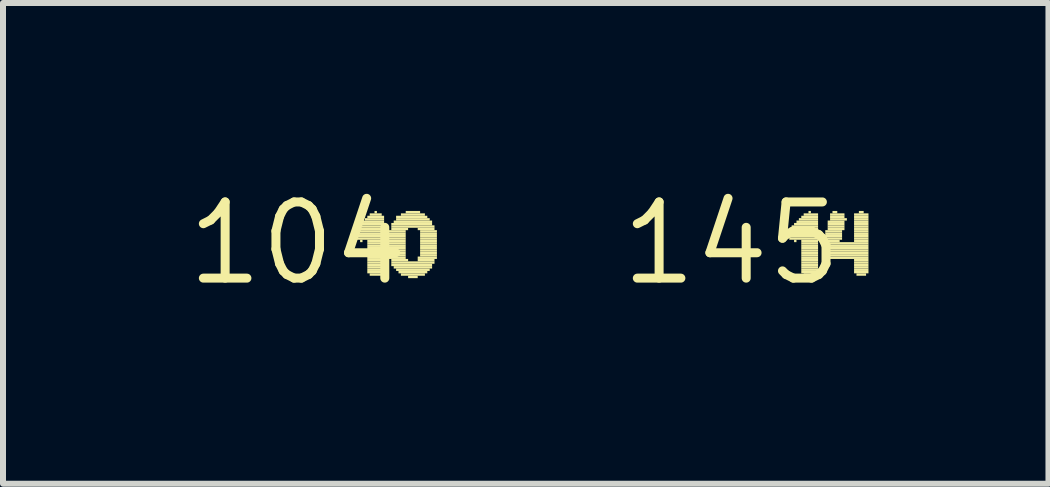
<source format=kicad_pcb>
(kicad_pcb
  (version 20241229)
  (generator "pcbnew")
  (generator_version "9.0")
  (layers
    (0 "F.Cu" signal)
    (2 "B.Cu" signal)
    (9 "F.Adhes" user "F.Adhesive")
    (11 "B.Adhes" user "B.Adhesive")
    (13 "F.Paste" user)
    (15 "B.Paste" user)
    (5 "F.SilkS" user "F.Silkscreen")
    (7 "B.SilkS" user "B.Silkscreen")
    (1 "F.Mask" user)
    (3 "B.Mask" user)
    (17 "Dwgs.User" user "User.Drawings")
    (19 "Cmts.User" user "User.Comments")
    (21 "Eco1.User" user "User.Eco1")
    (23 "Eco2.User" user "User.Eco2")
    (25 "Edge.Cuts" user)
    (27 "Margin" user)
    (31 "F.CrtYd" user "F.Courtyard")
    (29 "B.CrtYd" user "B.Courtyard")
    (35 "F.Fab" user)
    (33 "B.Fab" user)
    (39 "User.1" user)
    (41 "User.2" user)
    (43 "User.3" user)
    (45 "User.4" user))
  (footprint "104"
    (layer "F.Cu")
    (at 1.912 1.006)
    (property "Reference" "104" (at 0 0 0) (layer "F.SilkS") (effects (font (size 1.27 1.27) (thickness 0.15))))
    (attr through_hole)
    (fp_poly (pts (xy 0.92 -0.22) (xy 1.44 -0.22) (xy 1.44 -0.26) (xy 0.92 -0.26)) (stroke (width 0) (type solid)) (fill yes) (layer "F.SilkS"))
    (fp_poly (pts (xy 0.92 -0.18) (xy 1.44 -0.18) (xy 1.44 -0.22) (xy 0.92 -0.22)) (stroke (width 0) (type solid)) (fill yes) (layer "F.SilkS"))
    (fp_poly (pts (xy 0.92 -0.14) (xy 1.44 -0.14) (xy 1.44 -0.18) (xy 0.92 -0.18)) (stroke (width 0) (type solid)) (fill yes) (layer "F.SilkS"))
    (fp_poly (pts (xy 0.92 -0.1) (xy 1.44 -0.1) (xy 1.44 -0.14) (xy 0.92 -0.14)) (stroke (width 0) (type solid)) (fill yes) (layer "F.SilkS"))
    (fp_poly (pts (xy 0.96 -0.26) (xy 1.44 -0.26) (xy 1.44 -0.3) (xy 0.96 -0.3)) (stroke (width 0) (type solid)) (fill yes) (layer "F.SilkS"))
    (fp_poly (pts (xy 0.96 -0.06) (xy 1.44 -0.06) (xy 1.44 -0.1) (xy 0.96 -0.1)) (stroke (width 0) (type solid)) (fill yes) (layer "F.SilkS"))
    (fp_poly (pts (xy 1.04 -0.3) (xy 1.44 -0.3) (xy 1.44 -0.34) (xy 1.04 -0.34)) (stroke (width 0) (type solid)) (fill yes) (layer "F.SilkS"))
    (fp_poly (pts (xy 1.04 -0.02) (xy 1.08 -0.02) (xy 1.08 -0.06) (xy 1.04 -0.06)) (stroke (width 0) (type solid)) (fill yes) (layer "F.SilkS"))
    (fp_poly (pts (xy 1.08 -0.34) (xy 1.44 -0.34) (xy 1.44 -0.38) (xy 1.08 -0.38)) (stroke (width 0) (type solid)) (fill yes) (layer "F.SilkS"))
    (fp_poly (pts (xy 1.12 -0.38) (xy 1.44 -0.38) (xy 1.44 -0.42) (xy 1.12 -0.42)) (stroke (width 0) (type solid)) (fill yes) (layer "F.SilkS"))
    (fp_poly (pts (xy 1.16 -0.42) (xy 1.44 -0.42) (xy 1.44 -0.46) (xy 1.16 -0.46)) (stroke (width 0) (type solid)) (fill yes) (layer "F.SilkS"))
    (fp_poly (pts (xy 1.16 -0.02) (xy 1.44 -0.02) (xy 1.44 -0.06) (xy 1.16 -0.06)) (stroke (width 0) (type solid)) (fill yes) (layer "F.SilkS"))
    (fp_poly (pts (xy 1.16 0.02) (xy 1.44 0.02) (xy 1.44 -0.02) (xy 1.16 -0.02)) (stroke (width 0) (type solid)) (fill yes) (layer "F.SilkS"))
    (fp_poly (pts (xy 1.16 0.06) (xy 1.44 0.06) (xy 1.44 0.02) (xy 1.16 0.02)) (stroke (width 0) (type solid)) (fill yes) (layer "F.SilkS"))
    (fp_poly (pts (xy 1.16 0.1) (xy 1.44 0.1) (xy 1.44 0.06) (xy 1.16 0.06)) (stroke (width 0) (type solid)) (fill yes) (layer "F.SilkS"))
    (fp_poly (pts (xy 1.16 0.14) (xy 1.44 0.14) (xy 1.44 0.1) (xy 1.16 0.1)) (stroke (width 0) (type solid)) (fill yes) (layer "F.SilkS"))
    (fp_poly (pts (xy 1.16 0.18) (xy 1.44 0.18) (xy 1.44 0.14) (xy 1.16 0.14)) (stroke (width 0) (type solid)) (fill yes) (layer "F.SilkS"))
    (fp_poly (pts (xy 1.16 0.22) (xy 1.44 0.22) (xy 1.44 0.18) (xy 1.16 0.18)) (stroke (width 0) (type solid)) (fill yes) (layer "F.SilkS"))
    (fp_poly (pts (xy 1.16 0.26) (xy 1.44 0.26) (xy 1.44 0.22) (xy 1.16 0.22)) (stroke (width 0) (type solid)) (fill yes) (layer "F.SilkS"))
    (fp_poly (pts (xy 1.16 0.3) (xy 1.44 0.3) (xy 1.44 0.26) (xy 1.16 0.26)) (stroke (width 0) (type solid)) (fill yes) (layer "F.SilkS"))
    (fp_poly (pts (xy 1.16 0.34) (xy 1.44 0.34) (xy 1.44 0.3) (xy 1.16 0.3)) (stroke (width 0) (type solid)) (fill yes) (layer "F.SilkS"))
    (fp_poly (pts (xy 1.16 0.38) (xy 1.44 0.38) (xy 1.44 0.34) (xy 1.16 0.34)) (stroke (width 0) (type solid)) (fill yes) (layer "F.SilkS"))
    (fp_poly (pts (xy 1.16 0.42) (xy 1.44 0.42) (xy 1.44 0.38) (xy 1.16 0.38)) (stroke (width 0) (type solid)) (fill yes) (layer "F.SilkS"))
    (fp_poly (pts (xy 1.16 0.46) (xy 1.44 0.46) (xy 1.44 0.42) (xy 1.16 0.42)) (stroke (width 0) (type solid)) (fill yes) (layer "F.SilkS"))
    (fp_poly (pts (xy 1.16 0.5) (xy 1.44 0.5) (xy 1.44 0.46) (xy 1.16 0.46)) (stroke (width 0) (type solid)) (fill yes) (layer "F.SilkS"))
    (fp_poly (pts (xy 1.2 -0.46) (xy 1.4 -0.46) (xy 1.4 -0.5) (xy 1.2 -0.5)) (stroke (width 0) (type solid)) (fill yes) (layer "F.SilkS"))
    (fp_poly (pts (xy 1.2 0.54) (xy 1.4 0.54) (xy 1.4 0.5) (xy 1.2 0.5)) (stroke (width 0) (type solid)) (fill yes) (layer "F.SilkS"))
    (fp_poly (pts (xy 1.28 -0.5) (xy 1.32 -0.5) (xy 1.32 -0.54) (xy 1.28 -0.54)) (stroke (width 0) (type solid)) (fill yes) (layer "F.SilkS"))
    (fp_poly (pts (xy 1.52 -0.18) (xy 1.8 -0.18) (xy 1.8 -0.22) (xy 1.52 -0.22)) (stroke (width 0) (type solid)) (fill yes) (layer "F.SilkS"))
    (fp_poly (pts (xy 1.52 -0.14) (xy 1.8 -0.14) (xy 1.8 -0.18) (xy 1.52 -0.18)) (stroke (width 0) (type solid)) (fill yes) (layer "F.SilkS"))
    (fp_poly (pts (xy 1.52 -0.1) (xy 1.8 -0.1) (xy 1.8 -0.14) (xy 1.52 -0.14)) (stroke (width 0) (type solid)) (fill yes) (layer "F.SilkS"))
    (fp_poly (pts (xy 1.52 -0.06) (xy 1.8 -0.06) (xy 1.8 -0.1) (xy 1.52 -0.1)) (stroke (width 0) (type solid)) (fill yes) (layer "F.SilkS"))
    (fp_poly (pts (xy 1.52 -0.02) (xy 1.8 -0.02) (xy 1.8 -0.06) (xy 1.52 -0.06)) (stroke (width 0) (type solid)) (fill yes) (layer "F.SilkS"))
    (fp_poly (pts (xy 1.52 0.02) (xy 1.8 0.02) (xy 1.8 -0.02) (xy 1.52 -0.02)) (stroke (width 0) (type solid)) (fill yes) (layer "F.SilkS"))
    (fp_poly (pts (xy 1.52 0.06) (xy 1.8 0.06) (xy 1.8 0.02) (xy 1.52 0.02)) (stroke (width 0) (type solid)) (fill yes) (layer "F.SilkS"))
    (fp_poly (pts (xy 1.52 0.1) (xy 1.8 0.1) (xy 1.8 0.06) (xy 1.52 0.06)) (stroke (width 0) (type solid)) (fill yes) (layer "F.SilkS"))
    (fp_poly (pts (xy 1.52 0.14) (xy 1.8 0.14) (xy 1.8 0.1) (xy 1.52 0.1)) (stroke (width 0) (type solid)) (fill yes) (layer "F.SilkS"))
    (fp_poly (pts (xy 1.52 0.18) (xy 1.8 0.18) (xy 1.8 0.14) (xy 1.52 0.14)) (stroke (width 0) (type solid)) (fill yes) (layer "F.SilkS"))
    (fp_poly (pts (xy 1.52 0.22) (xy 1.8 0.22) (xy 1.8 0.18) (xy 1.52 0.18)) (stroke (width 0) (type solid)) (fill yes) (layer "F.SilkS"))
    (fp_poly (pts (xy 1.52 0.26) (xy 1.8 0.26) (xy 1.8 0.22) (xy 1.52 0.22)) (stroke (width 0) (type solid)) (fill yes) (layer "F.SilkS"))
    (fp_poly (pts (xy 1.56 -0.3) (xy 2.24 -0.3) (xy 2.24 -0.34) (xy 1.56 -0.34)) (stroke (width 0) (type solid)) (fill yes) (layer "F.SilkS"))
    (fp_poly (pts (xy 1.56 -0.26) (xy 2.28 -0.26) (xy 2.28 -0.3) (xy 1.56 -0.3)) (stroke (width 0) (type solid)) (fill yes) (layer "F.SilkS"))
    (fp_poly (pts (xy 1.56 -0.22) (xy 1.84 -0.22) (xy 1.84 -0.26) (xy 1.56 -0.26)) (stroke (width 0) (type solid)) (fill yes) (layer "F.SilkS"))
    (fp_poly (pts (xy 1.56 0.3) (xy 1.84 0.3) (xy 1.84 0.26) (xy 1.56 0.26)) (stroke (width 0) (type solid)) (fill yes) (layer "F.SilkS"))
    (fp_poly (pts (xy 1.56 0.34) (xy 2.28 0.34) (xy 2.28 0.3) (xy 1.56 0.3)) (stroke (width 0) (type solid)) (fill yes) (layer "F.SilkS"))
    (fp_poly (pts (xy 1.56 0.38) (xy 2.24 0.38) (xy 2.24 0.34) (xy 1.56 0.34)) (stroke (width 0) (type solid)) (fill yes) (layer "F.SilkS"))
    (fp_poly (pts (xy 1.6 -0.34) (xy 2.24 -0.34) (xy 2.24 -0.38) (xy 1.6 -0.38)) (stroke (width 0) (type solid)) (fill yes) (layer "F.SilkS"))
    (fp_poly (pts (xy 1.6 0.42) (xy 2.24 0.42) (xy 2.24 0.38) (xy 1.6 0.38)) (stroke (width 0) (type solid)) (fill yes) (layer "F.SilkS"))
    (fp_poly (pts (xy 1.64 -0.42) (xy 2.16 -0.42) (xy 2.16 -0.46) (xy 1.64 -0.46)) (stroke (width 0) (type solid)) (fill yes) (layer "F.SilkS"))
    (fp_poly (pts (xy 1.64 -0.38) (xy 2.2 -0.38) (xy 2.2 -0.42) (xy 1.64 -0.42)) (stroke (width 0) (type solid)) (fill yes) (layer "F.SilkS"))
    (fp_poly (pts (xy 1.64 0.46) (xy 2.2 0.46) (xy 2.2 0.42) (xy 1.64 0.42)) (stroke (width 0) (type solid)) (fill yes) (layer "F.SilkS"))
    (fp_poly (pts (xy 1.68 0.5) (xy 2.16 0.5) (xy 2.16 0.46) (xy 1.68 0.46)) (stroke (width 0) (type solid)) (fill yes) (layer "F.SilkS"))
    (fp_poly (pts (xy 1.72 -0.46) (xy 2.12 -0.46) (xy 2.12 -0.5) (xy 1.72 -0.5)) (stroke (width 0) (type solid)) (fill yes) (layer "F.SilkS"))
    (fp_poly (pts (xy 1.72 0.54) (xy 2.12 0.54) (xy 2.12 0.5) (xy 1.72 0.5)) (stroke (width 0) (type solid)) (fill yes) (layer "F.SilkS"))
    (fp_poly (pts (xy 1.8 -0.5) (xy 2.04 -0.5) (xy 2.04 -0.54) (xy 1.8 -0.54)) (stroke (width 0) (type solid)) (fill yes) (layer "F.SilkS"))
    (fp_poly (pts (xy 1.84 0.58) (xy 2 0.58) (xy 2 0.54) (xy 1.84 0.54)) (stroke (width 0) (type solid)) (fill yes) (layer "F.SilkS"))
    (fp_poly (pts (xy 2 -0.22) (xy 2.28 -0.22) (xy 2.28 -0.26) (xy 2 -0.26)) (stroke (width 0) (type solid)) (fill yes) (layer "F.SilkS"))
    (fp_poly (pts (xy 2 0.26) (xy 2.32 0.26) (xy 2.32 0.22) (xy 2 0.22)) (stroke (width 0) (type solid)) (fill yes) (layer "F.SilkS"))
    (fp_poly (pts (xy 2 0.3) (xy 2.28 0.3) (xy 2.28 0.26) (xy 2 0.26)) (stroke (width 0) (type solid)) (fill yes) (layer "F.SilkS"))
    (fp_poly (pts (xy 2.04 -0.18) (xy 2.32 -0.18) (xy 2.32 -0.22) (xy 2.04 -0.22)) (stroke (width 0) (type solid)) (fill yes) (layer "F.SilkS"))
    (fp_poly (pts (xy 2.04 -0.14) (xy 2.32 -0.14) (xy 2.32 -0.18) (xy 2.04 -0.18)) (stroke (width 0) (type solid)) (fill yes) (layer "F.SilkS"))
    (fp_poly (pts (xy 2.04 -0.1) (xy 2.32 -0.1) (xy 2.32 -0.14) (xy 2.04 -0.14)) (stroke (width 0) (type solid)) (fill yes) (layer "F.SilkS"))
    (fp_poly (pts (xy 2.04 -0.06) (xy 2.32 -0.06) (xy 2.32 -0.1) (xy 2.04 -0.1)) (stroke (width 0) (type solid)) (fill yes) (layer "F.SilkS"))
    (fp_poly (pts (xy 2.04 -0.02) (xy 2.32 -0.02) (xy 2.32 -0.06) (xy 2.04 -0.06)) (stroke (width 0) (type solid)) (fill yes) (layer "F.SilkS"))
    (fp_poly (pts (xy 2.04 0.02) (xy 2.32 0.02) (xy 2.32 -0.02) (xy 2.04 -0.02)) (stroke (width 0) (type solid)) (fill yes) (layer "F.SilkS"))
    (fp_poly (pts (xy 2.04 0.06) (xy 2.32 0.06) (xy 2.32 0.02) (xy 2.04 0.02)) (stroke (width 0) (type solid)) (fill yes) (layer "F.SilkS"))
    (fp_poly (pts (xy 2.04 0.1) (xy 2.32 0.1) (xy 2.32 0.06) (xy 2.04 0.06)) (stroke (width 0) (type solid)) (fill yes) (layer "F.SilkS"))
    (fp_poly (pts (xy 2.04 0.14) (xy 2.32 0.14) (xy 2.32 0.1) (xy 2.04 0.1)) (stroke (width 0) (type solid)) (fill yes) (layer "F.SilkS"))
    (fp_poly (pts (xy 2.04 0.18) (xy 2.32 0.18) (xy 2.32 0.14) (xy 2.04 0.14)) (stroke (width 0) (type solid)) (fill yes) (layer "F.SilkS"))
    (fp_poly (pts (xy 2.04 0.22) (xy 2.32 0.22) (xy 2.32 0.18) (xy 2.04 0.18)) (stroke (width 0) (type solid)) (fill yes) (layer "F.SilkS")))
  (footprint "145"
    (layer "F.Cu")
    (at 9.145 1.006)
    (property "Reference" "145" (at 0 0 0) (layer "F.SilkS") (effects (font (size 1.27 1.27) (thickness 0.15))))
    (attr through_hole)
    (fp_poly (pts (xy 0.92 -0.18) (xy 1.44 -0.18) (xy 1.44 -0.22) (xy 0.92 -0.22)) (stroke (width 0) (type solid)) (fill yes) (layer "F.SilkS"))
    (fp_poly (pts (xy 0.92 -0.14) (xy 1.44 -0.14) (xy 1.44 -0.18) (xy 0.92 -0.18)) (stroke (width 0) (type solid)) (fill yes) (layer "F.SilkS"))
    (fp_poly (pts (xy 0.92 -0.1) (xy 1.44 -0.1) (xy 1.44 -0.14) (xy 0.92 -0.14)) (stroke (width 0) (type solid)) (fill yes) (layer "F.SilkS"))
    (fp_poly (pts (xy 0.96 -0.22) (xy 1.44 -0.22) (xy 1.44 -0.26) (xy 0.96 -0.26)) (stroke (width 0) (type solid)) (fill yes) (layer "F.SilkS"))
    (fp_poly (pts (xy 0.96 -0.06) (xy 1.44 -0.06) (xy 1.44 -0.1) (xy 0.96 -0.1)) (stroke (width 0) (type solid)) (fill yes) (layer "F.SilkS"))
    (fp_poly (pts (xy 1 -0.26) (xy 1.44 -0.26) (xy 1.44 -0.3) (xy 1 -0.3)) (stroke (width 0) (type solid)) (fill yes) (layer "F.SilkS"))
    (fp_poly (pts (xy 1.04 -0.3) (xy 1.44 -0.3) (xy 1.44 -0.34) (xy 1.04 -0.34)) (stroke (width 0) (type solid)) (fill yes) (layer "F.SilkS"))
    (fp_poly (pts (xy 1.04 -0.02) (xy 1.08 -0.02) (xy 1.08 -0.06) (xy 1.04 -0.06)) (stroke (width 0) (type solid)) (fill yes) (layer "F.SilkS"))
    (fp_poly (pts (xy 1.08 -0.34) (xy 1.44 -0.34) (xy 1.44 -0.38) (xy 1.08 -0.38)) (stroke (width 0) (type solid)) (fill yes) (layer "F.SilkS"))
    (fp_poly (pts (xy 1.12 -0.38) (xy 1.44 -0.38) (xy 1.44 -0.42) (xy 1.12 -0.42)) (stroke (width 0) (type solid)) (fill yes) (layer "F.SilkS"))
    (fp_poly (pts (xy 1.16 -0.42) (xy 1.44 -0.42) (xy 1.44 -0.46) (xy 1.16 -0.46)) (stroke (width 0) (type solid)) (fill yes) (layer "F.SilkS"))
    (fp_poly (pts (xy 1.16 -0.02) (xy 1.44 -0.02) (xy 1.44 -0.06) (xy 1.16 -0.06)) (stroke (width 0) (type solid)) (fill yes) (layer "F.SilkS"))
    (fp_poly (pts (xy 1.16 0.02) (xy 1.44 0.02) (xy 1.44 -0.02) (xy 1.16 -0.02)) (stroke (width 0) (type solid)) (fill yes) (layer "F.SilkS"))
    (fp_poly (pts (xy 1.16 0.06) (xy 1.44 0.06) (xy 1.44 0.02) (xy 1.16 0.02)) (stroke (width 0) (type solid)) (fill yes) (layer "F.SilkS"))
    (fp_poly (pts (xy 1.16 0.1) (xy 1.44 0.1) (xy 1.44 0.06) (xy 1.16 0.06)) (stroke (width 0) (type solid)) (fill yes) (layer "F.SilkS"))
    (fp_poly (pts (xy 1.16 0.14) (xy 1.44 0.14) (xy 1.44 0.1) (xy 1.16 0.1)) (stroke (width 0) (type solid)) (fill yes) (layer "F.SilkS"))
    (fp_poly (pts (xy 1.16 0.18) (xy 1.44 0.18) (xy 1.44 0.14) (xy 1.16 0.14)) (stroke (width 0) (type solid)) (fill yes) (layer "F.SilkS"))
    (fp_poly (pts (xy 1.16 0.22) (xy 1.44 0.22) (xy 1.44 0.18) (xy 1.16 0.18)) (stroke (width 0) (type solid)) (fill yes) (layer "F.SilkS"))
    (fp_poly (pts (xy 1.16 0.26) (xy 1.44 0.26) (xy 1.44 0.22) (xy 1.16 0.22)) (stroke (width 0) (type solid)) (fill yes) (layer "F.SilkS"))
    (fp_poly (pts (xy 1.16 0.3) (xy 1.44 0.3) (xy 1.44 0.26) (xy 1.16 0.26)) (stroke (width 0) (type solid)) (fill yes) (layer "F.SilkS"))
    (fp_poly (pts (xy 1.16 0.34) (xy 1.44 0.34) (xy 1.44 0.3) (xy 1.16 0.3)) (stroke (width 0) (type solid)) (fill yes) (layer "F.SilkS"))
    (fp_poly (pts (xy 1.16 0.38) (xy 1.44 0.38) (xy 1.44 0.34) (xy 1.16 0.34)) (stroke (width 0) (type solid)) (fill yes) (layer "F.SilkS"))
    (fp_poly (pts (xy 1.16 0.42) (xy 1.44 0.42) (xy 1.44 0.38) (xy 1.16 0.38)) (stroke (width 0) (type solid)) (fill yes) (layer "F.SilkS"))
    (fp_poly (pts (xy 1.16 0.46) (xy 1.44 0.46) (xy 1.44 0.42) (xy 1.16 0.42)) (stroke (width 0) (type solid)) (fill yes) (layer "F.SilkS"))
    (fp_poly (pts (xy 1.16 0.5) (xy 1.44 0.5) (xy 1.44 0.46) (xy 1.16 0.46)) (stroke (width 0) (type solid)) (fill yes) (layer "F.SilkS"))
    (fp_poly (pts (xy 1.2 -0.46) (xy 1.44 -0.46) (xy 1.44 -0.5) (xy 1.2 -0.5)) (stroke (width 0) (type solid)) (fill yes) (layer "F.SilkS"))
    (fp_poly (pts (xy 1.2 0.54) (xy 1.4 0.54) (xy 1.4 0.5) (xy 1.2 0.5)) (stroke (width 0) (type solid)) (fill yes) (layer "F.SilkS"))
    (fp_poly (pts (xy 1.28 -0.5) (xy 1.32 -0.5) (xy 1.32 -0.54) (xy 1.28 -0.54)) (stroke (width 0) (type solid)) (fill yes) (layer "F.SilkS"))
    (fp_poly (pts (xy 1.52 -0.02) (xy 1.8 -0.02) (xy 1.8 -0.06) (xy 1.52 -0.06)) (stroke (width 0) (type solid)) (fill yes) (layer "F.SilkS"))
    (fp_poly (pts (xy 1.52 0.02) (xy 2.28 0.02) (xy 2.28 -0.02) (xy 1.52 -0.02)) (stroke (width 0) (type solid)) (fill yes) (layer "F.SilkS"))
    (fp_poly (pts (xy 1.52 0.06) (xy 2.28 0.06) (xy 2.28 0.02) (xy 1.52 0.02)) (stroke (width 0) (type solid)) (fill yes) (layer "F.SilkS"))
    (fp_poly (pts (xy 1.52 0.1) (xy 2.28 0.1) (xy 2.28 0.06) (xy 1.52 0.06)) (stroke (width 0) (type solid)) (fill yes) (layer "F.SilkS"))
    (fp_poly (pts (xy 1.52 0.14) (xy 2.28 0.14) (xy 2.28 0.1) (xy 1.52 0.1)) (stroke (width 0) (type solid)) (fill yes) (layer "F.SilkS"))
    (fp_poly (pts (xy 1.52 0.18) (xy 2.28 0.18) (xy 2.28 0.14) (xy 1.52 0.14)) (stroke (width 0) (type solid)) (fill yes) (layer "F.SilkS"))
    (fp_poly (pts (xy 1.52 0.22) (xy 2.28 0.22) (xy 2.28 0.18) (xy 1.52 0.18)) (stroke (width 0) (type solid)) (fill yes) (layer "F.SilkS"))
    (fp_poly (pts (xy 1.56 -0.18) (xy 1.84 -0.18) (xy 1.84 -0.22) (xy 1.56 -0.22)) (stroke (width 0) (type solid)) (fill yes) (layer "F.SilkS"))
    (fp_poly (pts (xy 1.56 -0.14) (xy 1.84 -0.14) (xy 1.84 -0.18) (xy 1.56 -0.18)) (stroke (width 0) (type solid)) (fill yes) (layer "F.SilkS"))
    (fp_poly (pts (xy 1.56 -0.1) (xy 1.84 -0.1) (xy 1.84 -0.14) (xy 1.56 -0.14)) (stroke (width 0) (type solid)) (fill yes) (layer "F.SilkS"))
    (fp_poly (pts (xy 1.56 -0.06) (xy 1.84 -0.06) (xy 1.84 -0.1) (xy 1.56 -0.1)) (stroke (width 0) (type solid)) (fill yes) (layer "F.SilkS"))
    (fp_poly (pts (xy 1.6 -0.34) (xy 1.88 -0.34) (xy 1.88 -0.38) (xy 1.6 -0.38)) (stroke (width 0) (type solid)) (fill yes) (layer "F.SilkS"))
    (fp_poly (pts (xy 1.6 -0.3) (xy 1.88 -0.3) (xy 1.88 -0.34) (xy 1.6 -0.34)) (stroke (width 0) (type solid)) (fill yes) (layer "F.SilkS"))
    (fp_poly (pts (xy 1.6 -0.26) (xy 1.88 -0.26) (xy 1.88 -0.3) (xy 1.6 -0.3)) (stroke (width 0) (type solid)) (fill yes) (layer "F.SilkS"))
    (fp_poly (pts (xy 1.6 -0.22) (xy 1.88 -0.22) (xy 1.88 -0.26) (xy 1.6 -0.26)) (stroke (width 0) (type solid)) (fill yes) (layer "F.SilkS"))
    (fp_poly (pts (xy 1.6 0.26) (xy 2.28 0.26) (xy 2.28 0.22) (xy 1.6 0.22)) (stroke (width 0) (type solid)) (fill yes) (layer "F.SilkS"))
    (fp_poly (pts (xy 1.64 -0.46) (xy 1.88 -0.46) (xy 1.88 -0.5) (xy 1.64 -0.5)) (stroke (width 0) (type solid)) (fill yes) (layer "F.SilkS"))
    (fp_poly (pts (xy 1.64 -0.42) (xy 1.88 -0.42) (xy 1.88 -0.46) (xy 1.64 -0.46)) (stroke (width 0) (type solid)) (fill yes) (layer "F.SilkS"))
    (fp_poly (pts (xy 1.64 -0.38) (xy 1.92 -0.38) (xy 1.92 -0.42) (xy 1.64 -0.42)) (stroke (width 0) (type solid)) (fill yes) (layer "F.SilkS"))
    (fp_poly (pts (xy 1.68 -0.5) (xy 1.76 -0.5) (xy 1.76 -0.54) (xy 1.68 -0.54)) (stroke (width 0) (type solid)) (fill yes) (layer "F.SilkS"))
    (fp_poly (pts (xy 2.04 -0.46) (xy 2.28 -0.46) (xy 2.28 -0.5) (xy 2.04 -0.5)) (stroke (width 0) (type solid)) (fill yes) (layer "F.SilkS"))
    (fp_poly (pts (xy 2.04 -0.42) (xy 2.28 -0.42) (xy 2.28 -0.46) (xy 2.04 -0.46)) (stroke (width 0) (type solid)) (fill yes) (layer "F.SilkS"))
    (fp_poly (pts (xy 2.04 -0.38) (xy 2.28 -0.38) (xy 2.28 -0.42) (xy 2.04 -0.42)) (stroke (width 0) (type solid)) (fill yes) (layer "F.SilkS"))
    (fp_poly (pts (xy 2.04 -0.34) (xy 2.28 -0.34) (xy 2.28 -0.38) (xy 2.04 -0.38)) (stroke (width 0) (type solid)) (fill yes) (layer "F.SilkS"))
    (fp_poly (pts (xy 2.04 -0.3) (xy 2.28 -0.3) (xy 2.28 -0.34) (xy 2.04 -0.34)) (stroke (width 0) (type solid)) (fill yes) (layer "F.SilkS"))
    (fp_poly (pts (xy 2.04 -0.26) (xy 2.28 -0.26) (xy 2.28 -0.3) (xy 2.04 -0.3)) (stroke (width 0) (type solid)) (fill yes) (layer "F.SilkS"))
    (fp_poly (pts (xy 2.04 -0.22) (xy 2.28 -0.22) (xy 2.28 -0.26) (xy 2.04 -0.26)) (stroke (width 0) (type solid)) (fill yes) (layer "F.SilkS"))
    (fp_poly (pts (xy 2.04 -0.18) (xy 2.28 -0.18) (xy 2.28 -0.22) (xy 2.04 -0.22)) (stroke (width 0) (type solid)) (fill yes) (layer "F.SilkS"))
    (fp_poly (pts (xy 2.04 -0.14) (xy 2.28 -0.14) (xy 2.28 -0.18) (xy 2.04 -0.18)) (stroke (width 0) (type solid)) (fill yes) (layer "F.SilkS"))
    (fp_poly (pts (xy 2.04 -0.1) (xy 2.28 -0.1) (xy 2.28 -0.14) (xy 2.04 -0.14)) (stroke (width 0) (type solid)) (fill yes) (layer "F.SilkS"))
    (fp_poly (pts (xy 2.04 -0.06) (xy 2.28 -0.06) (xy 2.28 -0.1) (xy 2.04 -0.1)) (stroke (width 0) (type solid)) (fill yes) (layer "F.SilkS"))
    (fp_poly (pts (xy 2.04 -0.02) (xy 2.28 -0.02) (xy 2.28 -0.06) (xy 2.04 -0.06)) (stroke (width 0) (type solid)) (fill yes) (layer "F.SilkS"))
    (fp_poly (pts (xy 2.04 0.3) (xy 2.28 0.3) (xy 2.28 0.26) (xy 2.04 0.26)) (stroke (width 0) (type solid)) (fill yes) (layer "F.SilkS"))
    (fp_poly (pts (xy 2.04 0.34) (xy 2.28 0.34) (xy 2.28 0.3) (xy 2.04 0.3)) (stroke (width 0) (type solid)) (fill yes) (layer "F.SilkS"))
    (fp_poly (pts (xy 2.04 0.38) (xy 2.28 0.38) (xy 2.28 0.34) (xy 2.04 0.34)) (stroke (width 0) (type solid)) (fill yes) (layer "F.SilkS"))
    (fp_poly (pts (xy 2.04 0.42) (xy 2.28 0.42) (xy 2.28 0.38) (xy 2.04 0.38)) (stroke (width 0) (type solid)) (fill yes) (layer "F.SilkS"))
    (fp_poly (pts (xy 2.04 0.46) (xy 2.28 0.46) (xy 2.28 0.42) (xy 2.04 0.42)) (stroke (width 0) (type solid)) (fill yes) (layer "F.SilkS"))
    (fp_poly (pts (xy 2.04 0.5) (xy 2.28 0.5) (xy 2.28 0.46) (xy 2.04 0.46)) (stroke (width 0) (type solid)) (fill yes) (layer "F.SilkS"))
    (fp_poly (pts (xy 2.08 0.54) (xy 2.24 0.54) (xy 2.24 0.5) (xy 2.08 0.5)) (stroke (width 0) (type solid)) (fill yes) (layer "F.SilkS"))
    (fp_poly (pts (xy 2.12 -0.5) (xy 2.2 -0.5) (xy 2.2 -0.54) (xy 2.12 -0.54)) (stroke (width 0) (type solid)) (fill yes) (layer "F.SilkS")))
  (gr_rect
    (start -3 -3)
    (end 14.425 5.012)
    (stroke (width 0.1) (type default))
    (fill no)
    (layer "Edge.Cuts")))
</source>
